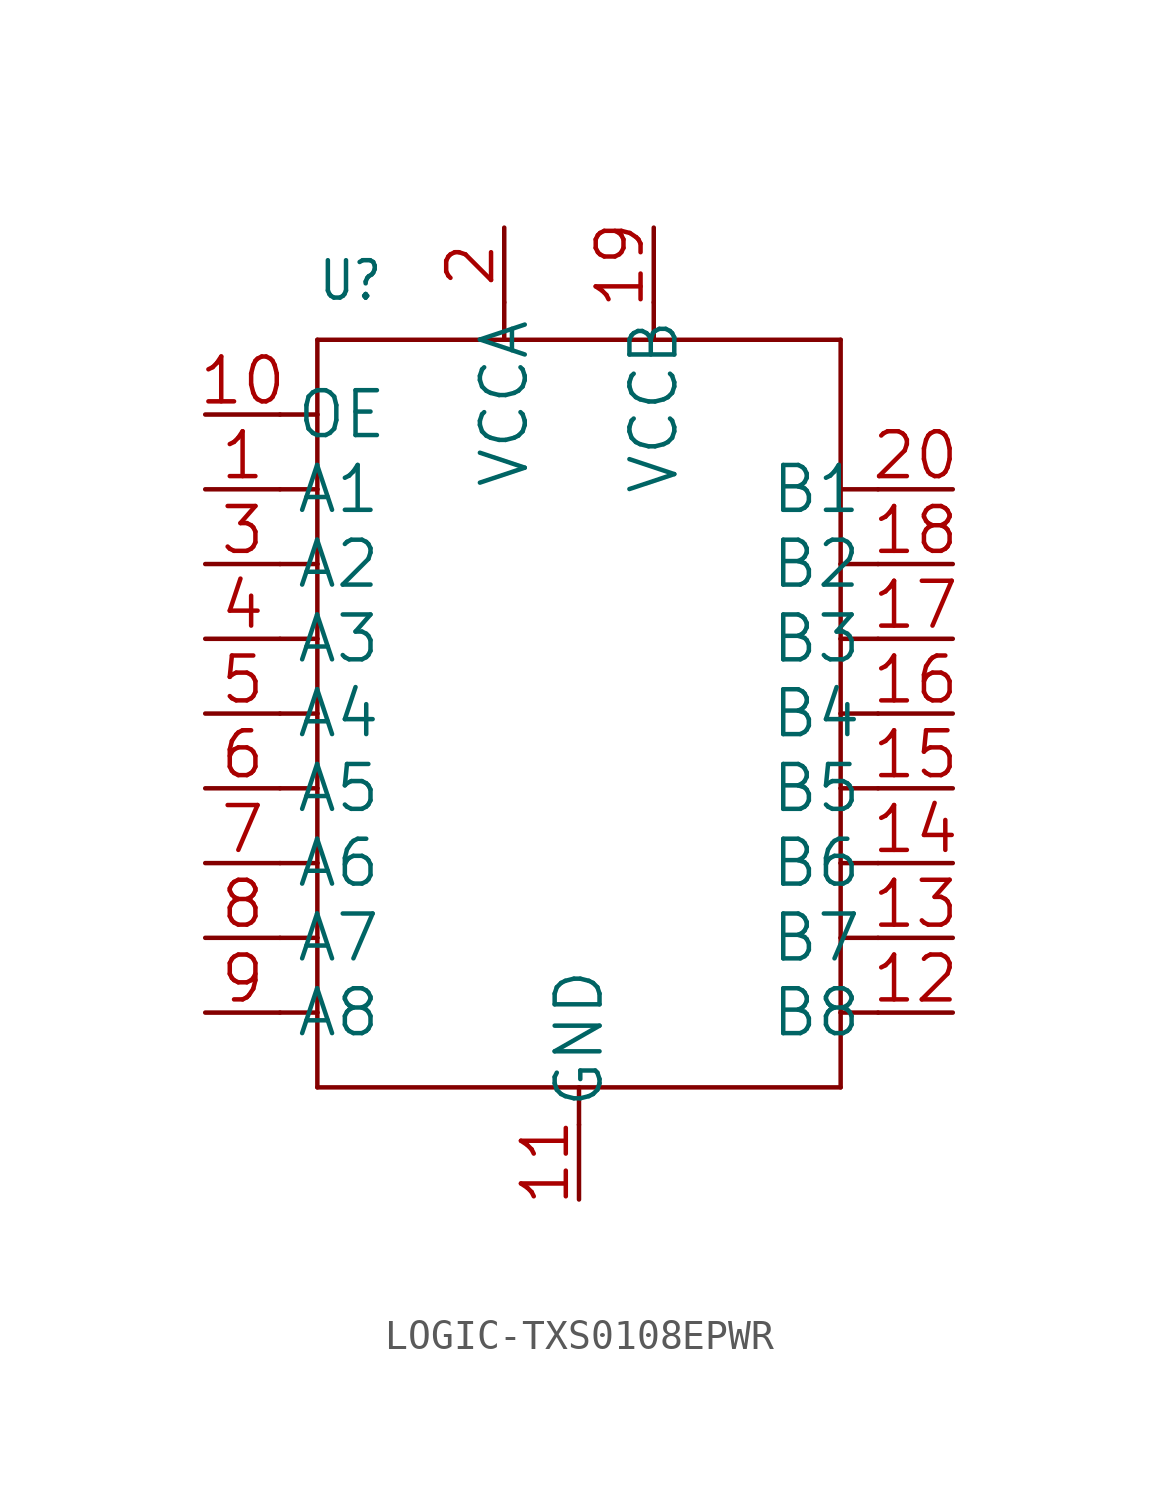
<source format=kicad_sym>
(kicad_symbol_lib
  (version 20241209)
  (generator "kicad_symbol_editor")
  (generator_version "9.0")
  (symbol "LOGIC-TXS0108EPWR"
    (property "Reference" "U"
      (at -8.89 13.97 0)
      (effects (font (size 1.27 1.079)) (justify left bottom)))
    (property "Value" ""
      (at 3.81 13.97 0)
      (effects (font (size 1.27 1.079)) (justify left bottom)))
    (property "ki_locked" ""
      (at 0 0 0)
      (effects (font (size 1.27 1.27))))
    (symbol "LOGIC-TXS0108EPWR_1_0"
      (polyline (pts (xy -10.16 10.16) (xy -8.89 10.16)) (stroke (width 0.152) (type solid)) (fill (type none)))
      (polyline (pts (xy -10.16 7.62) (xy -8.89 7.62)) (stroke (width 0.152) (type solid)) (fill (type none)))
      (polyline (pts (xy -10.16 5.08) (xy -8.89 5.08)) (stroke (width 0.152) (type solid)) (fill (type none)))
      (polyline (pts (xy -10.16 2.54) (xy -8.89 2.54)) (stroke (width 0.152) (type solid)) (fill (type none)))
      (polyline (pts (xy -10.16 0) (xy -8.89 0)) (stroke (width 0.152) (type solid)) (fill (type none)))
      (polyline (pts (xy -10.16 -2.54) (xy -8.89 -2.54)) (stroke (width 0.152) (type solid)) (fill (type none)))
      (polyline (pts (xy -10.16 -5.08) (xy -8.89 -5.08)) (stroke (width 0.152) (type solid)) (fill (type none)))
      (polyline (pts (xy -10.16 -7.62) (xy -8.89 -7.62)) (stroke (width 0.152) (type solid)) (fill (type none)))
      (polyline (pts (xy -10.16 -10.16) (xy -8.89 -10.16)) (stroke (width 0.152) (type solid)) (fill (type none)))
      (polyline (pts (xy -8.89 12.7) (xy -2.54 12.7)) (stroke (width 0.152) (type solid)) (fill (type none)))
      (polyline (pts (xy -8.89 10.16) (xy -8.89 12.7)) (stroke (width 0.152) (type solid)) (fill (type none)))
      (polyline (pts (xy -8.89 7.62) (xy -8.89 10.16)) (stroke (width 0.152) (type solid)) (fill (type none)))
      (polyline (pts (xy -8.89 5.08) (xy -8.89 7.62)) (stroke (width 0.152) (type solid)) (fill (type none)))
      (polyline (pts (xy -8.89 2.54) (xy -8.89 5.08)) (stroke (width 0.152) (type solid)) (fill (type none)))
      (polyline (pts (xy -8.89 0) (xy -8.89 2.54)) (stroke (width 0.152) (type solid)) (fill (type none)))
      (polyline (pts (xy -8.89 -2.54) (xy -8.89 0)) (stroke (width 0.152) (type solid)) (fill (type none)))
      (polyline (pts (xy -8.89 -5.08) (xy -8.89 -2.54)) (stroke (width 0.152) (type solid)) (fill (type none)))
      (polyline (pts (xy -8.89 -7.62) (xy -8.89 -5.08)) (stroke (width 0.152) (type solid)) (fill (type none)))
      (polyline (pts (xy -8.89 -10.16) (xy -8.89 -7.62)) (stroke (width 0.152) (type solid)) (fill (type none)))
      (polyline (pts (xy -8.89 -12.7) (xy -8.89 -10.16)) (stroke (width 0.152) (type solid)) (fill (type none)))
      (polyline (pts (xy -2.54 13.97) (xy -2.54 12.7)) (stroke (width 0.152) (type solid)) (fill (type none)))
      (polyline (pts (xy -2.54 12.7) (xy 2.54 12.7)) (stroke (width 0.152) (type solid)) (fill (type none)))
      (polyline (pts (xy 0 -12.7) (xy -8.89 -12.7)) (stroke (width 0.152) (type solid)) (fill (type none)))
      (polyline (pts (xy 0 -13.97) (xy 0 -12.7)) (stroke (width 0.152) (type solid)) (fill (type none)))
      (polyline (pts (xy 2.54 13.97) (xy 2.54 12.7)) (stroke (width 0.152) (type solid)) (fill (type none)))
      (polyline (pts (xy 2.54 12.7) (xy 8.89 12.7)) (stroke (width 0.152) (type solid)) (fill (type none)))
      (polyline (pts (xy 8.89 12.7) (xy 8.89 7.62)) (stroke (width 0.152) (type solid)) (fill (type none)))
      (polyline (pts (xy 8.89 7.62) (xy 8.89 5.08)) (stroke (width 0.152) (type solid)) (fill (type none)))
      (polyline (pts (xy 8.89 5.08) (xy 8.89 2.54)) (stroke (width 0.152) (type solid)) (fill (type none)))
      (polyline (pts (xy 8.89 2.54) (xy 8.89 0)) (stroke (width 0.152) (type solid)) (fill (type none)))
      (polyline (pts (xy 8.89 0) (xy 8.89 -2.54)) (stroke (width 0.152) (type solid)) (fill (type none)))
      (polyline (pts (xy 8.89 -2.54) (xy 8.89 -5.08)) (stroke (width 0.152) (type solid)) (fill (type none)))
      (polyline (pts (xy 8.89 -5.08) (xy 8.89 -7.62)) (stroke (width 0.152) (type solid)) (fill (type none)))
      (polyline (pts (xy 8.89 -7.62) (xy 8.89 -10.16)) (stroke (width 0.152) (type solid)) (fill (type none)))
      (polyline (pts (xy 8.89 -10.16) (xy 8.89 -12.7)) (stroke (width 0.152) (type solid)) (fill (type none)))
      (polyline (pts (xy 8.89 -12.7) (xy 0 -12.7)) (stroke (width 0.152) (type solid)) (fill (type none)))
      (polyline (pts (xy 10.16 7.62) (xy 8.89 7.62)) (stroke (width 0.152) (type solid)) (fill (type none)))
      (polyline (pts (xy 10.16 5.08) (xy 8.89 5.08)) (stroke (width 0.152) (type solid)) (fill (type none)))
      (polyline (pts (xy 10.16 2.54) (xy 8.89 2.54)) (stroke (width 0.152) (type solid)) (fill (type none)))
      (polyline (pts (xy 10.16 0) (xy 8.89 0)) (stroke (width 0.152) (type solid)) (fill (type none)))
      (polyline (pts (xy 10.16 -2.54) (xy 8.89 -2.54)) (stroke (width 0.152) (type solid)) (fill (type none)))
      (polyline (pts (xy 10.16 -5.08) (xy 8.89 -5.08)) (stroke (width 0.152) (type solid)) (fill (type none)))
      (polyline (pts (xy 10.16 -7.62) (xy 8.89 -7.62)) (stroke (width 0.152) (type solid)) (fill (type none)))
      (polyline (pts (xy 10.16 -10.16) (xy 8.89 -10.16)) (stroke (width 0.152) (type solid)) (fill (type none)))
      (pin bidirectional line (at -12.7 10.16 0) (length 2.54) (name "OE" (effects (font (size 1.524 1.524)))) (number "10" (effects (font (size 1.524 1.524)))))
      (pin bidirectional line (at -12.7 7.62 0) (length 2.54) (name "A1" (effects (font (size 1.524 1.524)))) (number "1" (effects (font (size 1.524 1.524)))))
      (pin bidirectional line (at -12.7 5.08 0) (length 2.54) (name "A2" (effects (font (size 1.524 1.524)))) (number "3" (effects (font (size 1.524 1.524)))))
      (pin bidirectional line (at -12.7 2.54 0) (length 2.54) (name "A3" (effects (font (size 1.524 1.524)))) (number "4" (effects (font (size 1.524 1.524)))))
      (pin bidirectional line (at -12.7 0 0) (length 2.54) (name "A4" (effects (font (size 1.524 1.524)))) (number "5" (effects (font (size 1.524 1.524)))))
      (pin bidirectional line (at -12.7 -2.54 0) (length 2.54) (name "A5" (effects (font (size 1.524 1.524)))) (number "6" (effects (font (size 1.524 1.524)))))
      (pin bidirectional line (at -12.7 -5.08 0) (length 2.54) (name "A6" (effects (font (size 1.524 1.524)))) (number "7" (effects (font (size 1.524 1.524)))))
      (pin bidirectional line (at -12.7 -7.62 0) (length 2.54) (name "A7" (effects (font (size 1.524 1.524)))) (number "8" (effects (font (size 1.524 1.524)))))
      (pin bidirectional line (at -12.7 -10.16 0) (length 2.54) (name "A8" (effects (font (size 1.524 1.524)))) (number "9" (effects (font (size 1.524 1.524)))))
      (pin bidirectional line (at -2.54 16.51 270) (length 2.54) (name "VCCA" (effects (font (size 1.524 1.524)))) (number "2" (effects (font (size 1.524 1.524)))))
      (pin bidirectional line (at 0 -16.51 90) (length 2.54) (name "GND" (effects (font (size 1.524 1.524)))) (number "11" (effects (font (size 1.524 1.524)))))
      (pin bidirectional line (at 2.54 16.51 270) (length 2.54) (name "VCCB" (effects (font (size 1.524 1.524)))) (number "19" (effects (font (size 1.524 1.524)))))
      (pin bidirectional line (at 12.7 7.62 180) (length 2.54) (name "B1" (effects (font (size 1.524 1.524)))) (number "20" (effects (font (size 1.524 1.524)))))
      (pin bidirectional line (at 12.7 5.08 180) (length 2.54) (name "B2" (effects (font (size 1.524 1.524)))) (number "18" (effects (font (size 1.524 1.524)))))
      (pin bidirectional line (at 12.7 2.54 180) (length 2.54) (name "B3" (effects (font (size 1.524 1.524)))) (number "17" (effects (font (size 1.524 1.524)))))
      (pin bidirectional line (at 12.7 0 180) (length 2.54) (name "B4" (effects (font (size 1.524 1.524)))) (number "16" (effects (font (size 1.524 1.524)))))
      (pin bidirectional line (at 12.7 -2.54 180) (length 2.54) (name "B5" (effects (font (size 1.524 1.524)))) (number "15" (effects (font (size 1.524 1.524)))))
      (pin bidirectional line (at 12.7 -5.08 180) (length 2.54) (name "B6" (effects (font (size 1.524 1.524)))) (number "14" (effects (font (size 1.524 1.524)))))
      (pin bidirectional line (at 12.7 -7.62 180) (length 2.54) (name "B7" (effects (font (size 1.524 1.524)))) (number "13" (effects (font (size 1.524 1.524)))))
      (pin bidirectional line (at 12.7 -10.16 180) (length 2.54) (name "B8" (effects (font (size 1.524 1.524)))) (number "12" (effects (font (size 1.524 1.524))))))))
</source>
